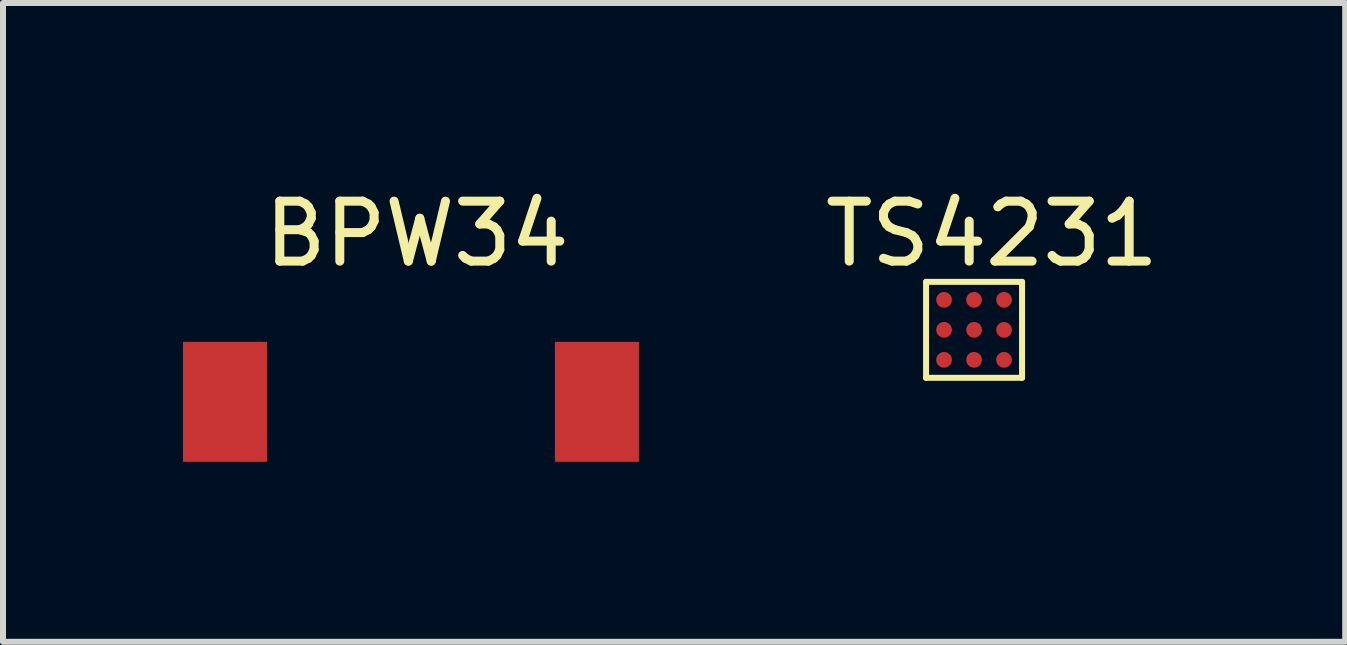
<source format=kicad_pcb>
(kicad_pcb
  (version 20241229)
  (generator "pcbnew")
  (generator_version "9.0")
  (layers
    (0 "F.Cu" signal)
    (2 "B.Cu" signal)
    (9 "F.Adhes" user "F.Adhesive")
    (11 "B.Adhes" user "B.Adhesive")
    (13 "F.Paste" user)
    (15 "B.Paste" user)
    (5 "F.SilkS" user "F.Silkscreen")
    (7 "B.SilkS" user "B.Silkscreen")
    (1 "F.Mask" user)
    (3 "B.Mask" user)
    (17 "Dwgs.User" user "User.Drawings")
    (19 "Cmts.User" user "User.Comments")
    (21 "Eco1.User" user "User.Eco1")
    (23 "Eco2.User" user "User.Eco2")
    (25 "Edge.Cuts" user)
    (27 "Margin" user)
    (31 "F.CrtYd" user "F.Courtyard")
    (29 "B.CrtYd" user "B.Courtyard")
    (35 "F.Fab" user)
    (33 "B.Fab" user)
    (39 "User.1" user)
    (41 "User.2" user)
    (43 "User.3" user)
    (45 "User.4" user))
  (footprint "TS4231"
    (layer "F.Cu")
    (at 13.187 2.448)
    (property "Reference" "TS4231" (at 0.3 -1.6 0) (layer "F.SilkS") (effects (font (size 1 1) (thickness 0.15))))
    (attr through_hole)
    (fp_line (start -0.8 -0.8) (end 0.8 -0.8) (stroke (width 0.1) (type solid)) (layer "F.SilkS"))
    (fp_line (start -0.8 0.8) (end -0.8 -0.8) (stroke (width 0.1) (type solid)) (layer "F.SilkS"))
    (fp_line (start 0.8 -0.8) (end 0.8 0.8) (stroke (width 0.1) (type solid)) (layer "F.SilkS"))
    (fp_line (start 0.8 0.8) (end -0.8 0.8) (stroke (width 0.1) (type solid)) (layer "F.SilkS"))
    (pad "1" smd circle (at -0.5 -0.5) (size 0.262 0.262) (layers "F.Cu" "F.Mask" "F.Paste"))
    (pad "2" smd circle (at 0 -0.5) (size 0.262 0.262) (layers "F.Cu" "F.Mask" "F.Paste"))
    (pad "3" smd circle (at 0.5 -0.5) (size 0.262 0.262) (layers "F.Cu" "F.Mask" "F.Paste"))
    (pad "4" smd circle (at -0.5 0) (size 0.262 0.262) (layers "F.Cu" "F.Mask" "F.Paste"))
    (pad "5" smd circle (at 0 0) (size 0.262 0.262) (layers "F.Cu" "F.Mask" "F.Paste"))
    (pad "6" smd circle (at 0.5 0) (size 0.262 0.262) (layers "F.Cu" "F.Mask" "F.Paste"))
    (pad "7" smd circle (at -0.5 0.5) (size 0.262 0.262) (layers "F.Cu" "F.Mask" "F.Paste"))
    (pad "8" smd circle (at 0 0.5) (size 0.262 0.262) (layers "F.Cu" "F.Mask" "F.Paste"))
    (pad "9" smd circle (at 0.5 0.5) (size 0.262 0.262) (layers "F.Cu" "F.Mask" "F.Paste")))
  (footprint "BPW34"
    (layer "F.Cu")
    (at 3.8 3.648)
    (property "Reference" "BPW34" (at 0.1 -2.8 0) (layer "F.SilkS") (effects (font (size 1 1) (thickness 0.15))))
    (attr through_hole)
    (pad "1" smd rect (at -3.1 0) (size 1.4 2) (layers "F.Cu" "F.Mask" "F.Paste"))
    (pad "2" smd rect (at 3.1 0) (size 1.4 2) (layers "F.Cu" "F.Mask" "F.Paste")))
  (gr_rect
    (start -3 -3)
    (end 19.374 7.648)
    (stroke (width 0.1) (type default))
    (fill no)
    (layer "Edge.Cuts")))
</source>
